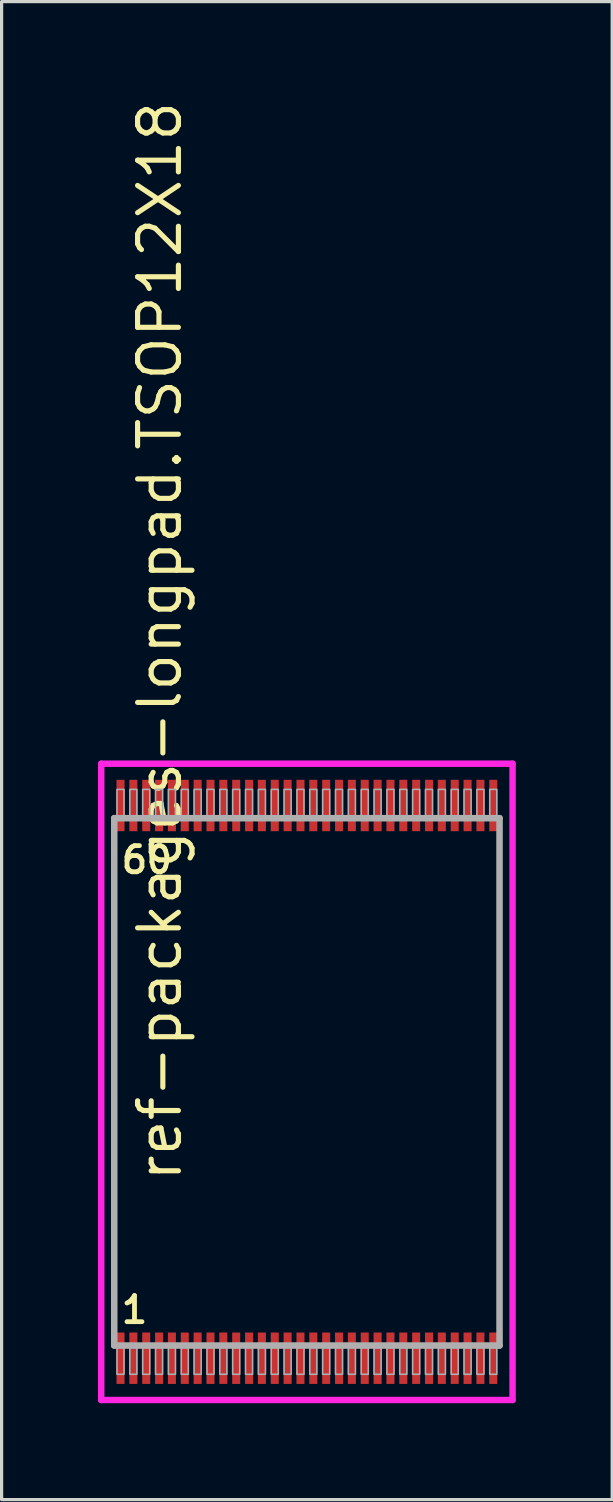
<source format=kicad_pcb>
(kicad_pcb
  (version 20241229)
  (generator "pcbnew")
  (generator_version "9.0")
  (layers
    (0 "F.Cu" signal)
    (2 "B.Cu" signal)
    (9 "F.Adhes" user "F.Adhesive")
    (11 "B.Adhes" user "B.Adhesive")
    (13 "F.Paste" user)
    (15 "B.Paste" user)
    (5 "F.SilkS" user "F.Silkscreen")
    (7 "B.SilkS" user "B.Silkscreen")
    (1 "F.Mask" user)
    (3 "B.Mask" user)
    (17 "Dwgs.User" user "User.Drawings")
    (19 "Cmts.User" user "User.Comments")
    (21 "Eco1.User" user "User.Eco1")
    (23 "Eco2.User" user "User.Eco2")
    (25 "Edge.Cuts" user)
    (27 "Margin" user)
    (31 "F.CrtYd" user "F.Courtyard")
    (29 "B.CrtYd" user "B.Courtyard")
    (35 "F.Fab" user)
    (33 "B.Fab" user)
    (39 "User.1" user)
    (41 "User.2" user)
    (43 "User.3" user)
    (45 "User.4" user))
  (footprint "ref-packages-longpad.TSOP12X18"
    (layer "F.Cu")
    (at 6.5 30.615)
    (property "Reference" "ref-packages-longpad.TSOP12X18" (at -3.835 3.175 90) (layer "F.SilkS") (effects (font (size 1.27 1.27) (thickness 0.16)) (justify left bottom)))
    (attr smd)
    (fp_line (start -6.4 -9.9) (end 6.4 -9.9) (stroke (width 0.2) (type default)) (layer "F.CrtYd"))
    (fp_line (start -6.4 9.9) (end -6.4 -9.9) (stroke (width 0.2) (type default)) (layer "F.CrtYd"))
    (fp_line (start 6.4 -9.9) (end 6.4 9.9) (stroke (width 0.2) (type default)) (layer "F.CrtYd"))
    (fp_line (start 6.4 9.9) (end -6.4 9.9) (stroke (width 0.2) (type default)) (layer "F.CrtYd"))
    (fp_line (start -5.995 -8.205) (end 5.995 -8.205) (stroke (width 0.203) (type default)) (layer "F.Fab"))
    (fp_line (start -5.995 8.205) (end -5.995 -8.205) (stroke (width 0.203) (type default)) (layer "F.Fab"))
    (fp_line (start 5.995 -8.205) (end 5.995 8.205) (stroke (width 0.203) (type default)) (layer "F.Fab"))
    (fp_line (start 5.995 8.205) (end -5.995 8.205) (stroke (width 0.203) (type default)) (layer "F.Fab"))
    (fp_rect (start -5.91 -8.27) (end -5.69 -9.1) (stroke (width 0.05) (type default)) (fill no) (layer "F.Fab"))
    (fp_rect (start -5.91 9.1) (end -5.69 8.27) (stroke (width 0.05) (type default)) (fill no) (layer "F.Fab"))
    (fp_rect (start -5.51 -8.27) (end -5.29 -9.1) (stroke (width 0.05) (type default)) (fill no) (layer "F.Fab"))
    (fp_rect (start -5.51 9.1) (end -5.29 8.27) (stroke (width 0.05) (type default)) (fill no) (layer "F.Fab"))
    (fp_rect (start -5.11 -8.27) (end -4.89 -9.1) (stroke (width 0.05) (type default)) (fill no) (layer "F.Fab"))
    (fp_rect (start -5.11 9.1) (end -4.89 8.27) (stroke (width 0.05) (type default)) (fill no) (layer "F.Fab"))
    (fp_rect (start -4.71 -8.27) (end -4.49 -9.1) (stroke (width 0.05) (type default)) (fill no) (layer "F.Fab"))
    (fp_rect (start -4.71 9.1) (end -4.49 8.27) (stroke (width 0.05) (type default)) (fill no) (layer "F.Fab"))
    (fp_rect (start -4.31 -8.27) (end -4.09 -9.1) (stroke (width 0.05) (type default)) (fill no) (layer "F.Fab"))
    (fp_rect (start -4.31 9.1) (end -4.09 8.27) (stroke (width 0.05) (type default)) (fill no) (layer "F.Fab"))
    (fp_rect (start -3.91 -8.27) (end -3.69 -9.1) (stroke (width 0.05) (type default)) (fill no) (layer "F.Fab"))
    (fp_rect (start -3.91 9.1) (end -3.69 8.27) (stroke (width 0.05) (type default)) (fill no) (layer "F.Fab"))
    (fp_rect (start -3.51 -8.27) (end -3.29 -9.1) (stroke (width 0.05) (type default)) (fill no) (layer "F.Fab"))
    (fp_rect (start -3.51 9.1) (end -3.29 8.27) (stroke (width 0.05) (type default)) (fill no) (layer "F.Fab"))
    (fp_rect (start -3.11 -8.27) (end -2.89 -9.1) (stroke (width 0.05) (type default)) (fill no) (layer "F.Fab"))
    (fp_rect (start -3.11 9.1) (end -2.89 8.27) (stroke (width 0.05) (type default)) (fill no) (layer "F.Fab"))
    (fp_rect (start -2.71 -8.27) (end -2.49 -9.1) (stroke (width 0.05) (type default)) (fill no) (layer "F.Fab"))
    (fp_rect (start -2.71 9.1) (end -2.49 8.27) (stroke (width 0.05) (type default)) (fill no) (layer "F.Fab"))
    (fp_rect (start -2.31 -8.27) (end -2.09 -9.1) (stroke (width 0.05) (type default)) (fill no) (layer "F.Fab"))
    (fp_rect (start -2.31 9.1) (end -2.09 8.27) (stroke (width 0.05) (type default)) (fill no) (layer "F.Fab"))
    (fp_rect (start -1.91 -8.27) (end -1.69 -9.1) (stroke (width 0.05) (type default)) (fill no) (layer "F.Fab"))
    (fp_rect (start -1.91 9.1) (end -1.69 8.27) (stroke (width 0.05) (type default)) (fill no) (layer "F.Fab"))
    (fp_rect (start -1.51 -8.27) (end -1.29 -9.1) (stroke (width 0.05) (type default)) (fill no) (layer "F.Fab"))
    (fp_rect (start -1.51 9.1) (end -1.29 8.27) (stroke (width 0.05) (type default)) (fill no) (layer "F.Fab"))
    (fp_rect (start -1.11 -8.27) (end -0.89 -9.1) (stroke (width 0.05) (type default)) (fill no) (layer "F.Fab"))
    (fp_rect (start -1.11 9.1) (end -0.89 8.27) (stroke (width 0.05) (type default)) (fill no) (layer "F.Fab"))
    (fp_rect (start -0.71 -8.27) (end -0.49 -9.1) (stroke (width 0.05) (type default)) (fill no) (layer "F.Fab"))
    (fp_rect (start -0.71 9.1) (end -0.49 8.27) (stroke (width 0.05) (type default)) (fill no) (layer "F.Fab"))
    (fp_rect (start -0.31 -8.27) (end -0.09 -9.1) (stroke (width 0.05) (type default)) (fill no) (layer "F.Fab"))
    (fp_rect (start -0.31 9.1) (end -0.09 8.27) (stroke (width 0.05) (type default)) (fill no) (layer "F.Fab"))
    (fp_rect (start 0.09 -8.27) (end 0.31 -9.1) (stroke (width 0.05) (type default)) (fill no) (layer "F.Fab"))
    (fp_rect (start 0.09 9.1) (end 0.31 8.27) (stroke (width 0.05) (type default)) (fill no) (layer "F.Fab"))
    (fp_rect (start 0.49 -8.27) (end 0.71 -9.1) (stroke (width 0.05) (type default)) (fill no) (layer "F.Fab"))
    (fp_rect (start 0.49 9.1) (end 0.71 8.27) (stroke (width 0.05) (type default)) (fill no) (layer "F.Fab"))
    (fp_rect (start 0.89 -8.27) (end 1.11 -9.1) (stroke (width 0.05) (type default)) (fill no) (layer "F.Fab"))
    (fp_rect (start 0.89 9.1) (end 1.11 8.27) (stroke (width 0.05) (type default)) (fill no) (layer "F.Fab"))
    (fp_rect (start 1.29 -8.27) (end 1.51 -9.1) (stroke (width 0.05) (type default)) (fill no) (layer "F.Fab"))
    (fp_rect (start 1.29 9.1) (end 1.51 8.27) (stroke (width 0.05) (type default)) (fill no) (layer "F.Fab"))
    (fp_rect (start 1.69 -8.27) (end 1.91 -9.1) (stroke (width 0.05) (type default)) (fill no) (layer "F.Fab"))
    (fp_rect (start 1.69 9.1) (end 1.91 8.27) (stroke (width 0.05) (type default)) (fill no) (layer "F.Fab"))
    (fp_rect (start 2.09 -8.27) (end 2.31 -9.1) (stroke (width 0.05) (type default)) (fill no) (layer "F.Fab"))
    (fp_rect (start 2.09 9.1) (end 2.31 8.27) (stroke (width 0.05) (type default)) (fill no) (layer "F.Fab"))
    (fp_rect (start 2.49 -8.27) (end 2.71 -9.1) (stroke (width 0.05) (type default)) (fill no) (layer "F.Fab"))
    (fp_rect (start 2.49 9.1) (end 2.71 8.27) (stroke (width 0.05) (type default)) (fill no) (layer "F.Fab"))
    (fp_rect (start 2.89 -8.27) (end 3.11 -9.1) (stroke (width 0.05) (type default)) (fill no) (layer "F.Fab"))
    (fp_rect (start 2.89 9.1) (end 3.11 8.27) (stroke (width 0.05) (type default)) (fill no) (layer "F.Fab"))
    (fp_rect (start 3.29 -8.27) (end 3.51 -9.1) (stroke (width 0.05) (type default)) (fill no) (layer "F.Fab"))
    (fp_rect (start 3.29 9.1) (end 3.51 8.27) (stroke (width 0.05) (type default)) (fill no) (layer "F.Fab"))
    (fp_rect (start 3.69 -8.27) (end 3.91 -9.1) (stroke (width 0.05) (type default)) (fill no) (layer "F.Fab"))
    (fp_rect (start 3.69 9.1) (end 3.91 8.27) (stroke (width 0.05) (type default)) (fill no) (layer "F.Fab"))
    (fp_rect (start 4.09 -8.27) (end 4.31 -9.1) (stroke (width 0.05) (type default)) (fill no) (layer "F.Fab"))
    (fp_rect (start 4.09 9.1) (end 4.31 8.27) (stroke (width 0.05) (type default)) (fill no) (layer "F.Fab"))
    (fp_rect (start 4.49 -8.27) (end 4.71 -9.1) (stroke (width 0.05) (type default)) (fill no) (layer "F.Fab"))
    (fp_rect (start 4.49 9.1) (end 4.71 8.27) (stroke (width 0.05) (type default)) (fill no) (layer "F.Fab"))
    (fp_rect (start 4.89 -8.27) (end 5.11 -9.1) (stroke (width 0.05) (type default)) (fill no) (layer "F.Fab"))
    (fp_rect (start 4.89 9.1) (end 5.11 8.27) (stroke (width 0.05) (type default)) (fill no) (layer "F.Fab"))
    (fp_rect (start 5.29 -8.27) (end 5.51 -9.1) (stroke (width 0.05) (type default)) (fill no) (layer "F.Fab"))
    (fp_rect (start 5.29 9.1) (end 5.51 8.27) (stroke (width 0.05) (type default)) (fill no) (layer "F.Fab"))
    (fp_rect (start 5.69 -8.27) (end 5.91 -9.1) (stroke (width 0.05) (type default)) (fill no) (layer "F.Fab"))
    (fp_rect (start 5.69 9.1) (end 5.91 8.27) (stroke (width 0.05) (type default)) (fill no) (layer "F.Fab"))
    (fp_text user "60" (at -5.851 -6.43 0) (layer "F.SilkS") (effects (font (size 0.813 0.813) (thickness 0.15)) (justify left bottom)))
    (fp_text user "1" (at -5.851 7.57 0) (layer "F.SilkS") (effects (font (size 0.813 0.813) (thickness 0.15)) (justify left bottom)))
    (pad "1" smd roundrect (at -5.8 8.6) (size 0.25 1.6) (layers "F.Cu" "F.Mask" "F.Paste") (roundrect_rratio 0.01))
    (pad "2" smd roundrect (at -5.4 8.6) (size 0.25 1.6) (layers "F.Cu" "F.Mask" "F.Paste") (roundrect_rratio 0.01))
    (pad "3" smd roundrect (at -5 8.6) (size 0.25 1.6) (layers "F.Cu" "F.Mask" "F.Paste") (roundrect_rratio 0.01))
    (pad "4" smd roundrect (at -4.6 8.6) (size 0.25 1.6) (layers "F.Cu" "F.Mask" "F.Paste") (roundrect_rratio 0.01))
    (pad "5" smd roundrect (at -4.2 8.6) (size 0.25 1.6) (layers "F.Cu" "F.Mask" "F.Paste") (roundrect_rratio 0.01))
    (pad "6" smd roundrect (at -3.8 8.6) (size 0.25 1.6) (layers "F.Cu" "F.Mask" "F.Paste") (roundrect_rratio 0.01))
    (pad "7" smd roundrect (at -3.4 8.6) (size 0.25 1.6) (layers "F.Cu" "F.Mask" "F.Paste") (roundrect_rratio 0.01))
    (pad "8" smd roundrect (at -3 8.6) (size 0.25 1.6) (layers "F.Cu" "F.Mask" "F.Paste") (roundrect_rratio 0.01))
    (pad "9" smd roundrect (at -2.6 8.6) (size 0.25 1.6) (layers "F.Cu" "F.Mask" "F.Paste") (roundrect_rratio 0.01))
    (pad "10" smd roundrect (at -2.2 8.6) (size 0.25 1.6) (layers "F.Cu" "F.Mask" "F.Paste") (roundrect_rratio 0.01))
    (pad "11" smd roundrect (at -1.8 8.6) (size 0.25 1.6) (layers "F.Cu" "F.Mask" "F.Paste") (roundrect_rratio 0.01))
    (pad "12" smd roundrect (at -1.4 8.6) (size 0.25 1.6) (layers "F.Cu" "F.Mask" "F.Paste") (roundrect_rratio 0.01))
    (pad "13" smd roundrect (at -1 8.6) (size 0.25 1.6) (layers "F.Cu" "F.Mask" "F.Paste") (roundrect_rratio 0.01))
    (pad "14" smd roundrect (at -0.6 8.6) (size 0.25 1.6) (layers "F.Cu" "F.Mask" "F.Paste") (roundrect_rratio 0.01))
    (pad "15" smd roundrect (at -0.2 8.6) (size 0.25 1.6) (layers "F.Cu" "F.Mask" "F.Paste") (roundrect_rratio 0.01))
    (pad "16" smd roundrect (at 0.2 8.6) (size 0.25 1.6) (layers "F.Cu" "F.Mask" "F.Paste") (roundrect_rratio 0.01))
    (pad "17" smd roundrect (at 0.6 8.6) (size 0.25 1.6) (layers "F.Cu" "F.Mask" "F.Paste") (roundrect_rratio 0.01))
    (pad "18" smd roundrect (at 1 8.6) (size 0.25 1.6) (layers "F.Cu" "F.Mask" "F.Paste") (roundrect_rratio 0.01))
    (pad "19" smd roundrect (at 1.4 8.6) (size 0.25 1.6) (layers "F.Cu" "F.Mask" "F.Paste") (roundrect_rratio 0.01))
    (pad "20" smd roundrect (at 1.8 8.6) (size 0.25 1.6) (layers "F.Cu" "F.Mask" "F.Paste") (roundrect_rratio 0.01))
    (pad "21" smd roundrect (at 2.2 8.6) (size 0.25 1.6) (layers "F.Cu" "F.Mask" "F.Paste") (roundrect_rratio 0.01))
    (pad "22" smd roundrect (at 2.6 8.6) (size 0.25 1.6) (layers "F.Cu" "F.Mask" "F.Paste") (roundrect_rratio 0.01))
    (pad "23" smd roundrect (at 3 8.6) (size 0.25 1.6) (layers "F.Cu" "F.Mask" "F.Paste") (roundrect_rratio 0.01))
    (pad "24" smd roundrect (at 3.4 8.6) (size 0.25 1.6) (layers "F.Cu" "F.Mask" "F.Paste") (roundrect_rratio 0.01))
    (pad "25" smd roundrect (at 3.8 8.6) (size 0.25 1.6) (layers "F.Cu" "F.Mask" "F.Paste") (roundrect_rratio 0.01))
    (pad "26" smd roundrect (at 4.2 8.6) (size 0.25 1.6) (layers "F.Cu" "F.Mask" "F.Paste") (roundrect_rratio 0.01))
    (pad "27" smd roundrect (at 4.6 8.6) (size 0.25 1.6) (layers "F.Cu" "F.Mask" "F.Paste") (roundrect_rratio 0.01))
    (pad "28" smd roundrect (at 5 8.6) (size 0.25 1.6) (layers "F.Cu" "F.Mask" "F.Paste") (roundrect_rratio 0.01))
    (pad "29" smd roundrect (at 5.4 8.6) (size 0.25 1.6) (layers "F.Cu" "F.Mask" "F.Paste") (roundrect_rratio 0.01))
    (pad "30" smd roundrect (at 5.8 8.6) (size 0.25 1.6) (layers "F.Cu" "F.Mask" "F.Paste") (roundrect_rratio 0.01))
    (pad "31" smd roundrect (at 5.8 -8.6) (size 0.25 1.6) (layers "F.Cu" "F.Mask" "F.Paste") (roundrect_rratio 0.01))
    (pad "32" smd roundrect (at 5.4 -8.6) (size 0.25 1.6) (layers "F.Cu" "F.Mask" "F.Paste") (roundrect_rratio 0.01))
    (pad "33" smd roundrect (at 5 -8.6) (size 0.25 1.6) (layers "F.Cu" "F.Mask" "F.Paste") (roundrect_rratio 0.01))
    (pad "34" smd roundrect (at 4.6 -8.6) (size 0.25 1.6) (layers "F.Cu" "F.Mask" "F.Paste") (roundrect_rratio 0.01))
    (pad "35" smd roundrect (at 4.2 -8.6) (size 0.25 1.6) (layers "F.Cu" "F.Mask" "F.Paste") (roundrect_rratio 0.01))
    (pad "36" smd roundrect (at 3.8 -8.6) (size 0.25 1.6) (layers "F.Cu" "F.Mask" "F.Paste") (roundrect_rratio 0.01))
    (pad "37" smd roundrect (at 3.4 -8.6) (size 0.25 1.6) (layers "F.Cu" "F.Mask" "F.Paste") (roundrect_rratio 0.01))
    (pad "38" smd roundrect (at 3 -8.6) (size 0.25 1.6) (layers "F.Cu" "F.Mask" "F.Paste") (roundrect_rratio 0.01))
    (pad "39" smd roundrect (at 2.6 -8.6) (size 0.25 1.6) (layers "F.Cu" "F.Mask" "F.Paste") (roundrect_rratio 0.01))
    (pad "40" smd roundrect (at 2.2 -8.6) (size 0.25 1.6) (layers "F.Cu" "F.Mask" "F.Paste") (roundrect_rratio 0.01))
    (pad "41" smd roundrect (at 1.8 -8.6) (size 0.25 1.6) (layers "F.Cu" "F.Mask" "F.Paste") (roundrect_rratio 0.01))
    (pad "42" smd roundrect (at 1.4 -8.6) (size 0.25 1.6) (layers "F.Cu" "F.Mask" "F.Paste") (roundrect_rratio 0.01))
    (pad "43" smd roundrect (at 1 -8.6) (size 0.25 1.6) (layers "F.Cu" "F.Mask" "F.Paste") (roundrect_rratio 0.01))
    (pad "44" smd roundrect (at 0.6 -8.6) (size 0.25 1.6) (layers "F.Cu" "F.Mask" "F.Paste") (roundrect_rratio 0.01))
    (pad "45" smd roundrect (at 0.2 -8.6) (size 0.25 1.6) (layers "F.Cu" "F.Mask" "F.Paste") (roundrect_rratio 0.01))
    (pad "46" smd roundrect (at -0.2 -8.6) (size 0.25 1.6) (layers "F.Cu" "F.Mask" "F.Paste") (roundrect_rratio 0.01))
    (pad "47" smd roundrect (at -0.6 -8.6) (size 0.25 1.6) (layers "F.Cu" "F.Mask" "F.Paste") (roundrect_rratio 0.01))
    (pad "48" smd roundrect (at -1 -8.6) (size 0.25 1.6) (layers "F.Cu" "F.Mask" "F.Paste") (roundrect_rratio 0.01))
    (pad "49" smd roundrect (at -1.4 -8.6) (size 0.25 1.6) (layers "F.Cu" "F.Mask" "F.Paste") (roundrect_rratio 0.01))
    (pad "50" smd roundrect (at -1.8 -8.6) (size 0.25 1.6) (layers "F.Cu" "F.Mask" "F.Paste") (roundrect_rratio 0.01))
    (pad "51" smd roundrect (at -2.2 -8.6) (size 0.25 1.6) (layers "F.Cu" "F.Mask" "F.Paste") (roundrect_rratio 0.01))
    (pad "52" smd roundrect (at -2.6 -8.6) (size 0.25 1.6) (layers "F.Cu" "F.Mask" "F.Paste") (roundrect_rratio 0.01))
    (pad "53" smd roundrect (at -3 -8.6) (size 0.25 1.6) (layers "F.Cu" "F.Mask" "F.Paste") (roundrect_rratio 0.01))
    (pad "54" smd roundrect (at -3.4 -8.6) (size 0.25 1.6) (layers "F.Cu" "F.Mask" "F.Paste") (roundrect_rratio 0.01))
    (pad "55" smd roundrect (at -3.8 -8.6) (size 0.25 1.6) (layers "F.Cu" "F.Mask" "F.Paste") (roundrect_rratio 0.01))
    (pad "56" smd roundrect (at -4.2 -8.6) (size 0.25 1.6) (layers "F.Cu" "F.Mask" "F.Paste") (roundrect_rratio 0.01))
    (pad "57" smd roundrect (at -4.6 -8.6) (size 0.25 1.6) (layers "F.Cu" "F.Mask" "F.Paste") (roundrect_rratio 0.01))
    (pad "58" smd roundrect (at -5 -8.6) (size 0.25 1.6) (layers "F.Cu" "F.Mask" "F.Paste") (roundrect_rratio 0.01))
    (pad "59" smd roundrect (at -5.4 -8.6) (size 0.25 1.6) (layers "F.Cu" "F.Mask" "F.Paste") (roundrect_rratio 0.01))
    (pad "60" smd roundrect (at -5.8 -8.6) (size 0.25 1.6) (layers "F.Cu" "F.Mask" "F.Paste") (roundrect_rratio 0.01)))
  (gr_rect
    (start -3 -3)
    (end 16 43.615)
    (stroke (width 0.1) (type default))
    (fill no)
    (layer "Edge.Cuts")))
</source>
